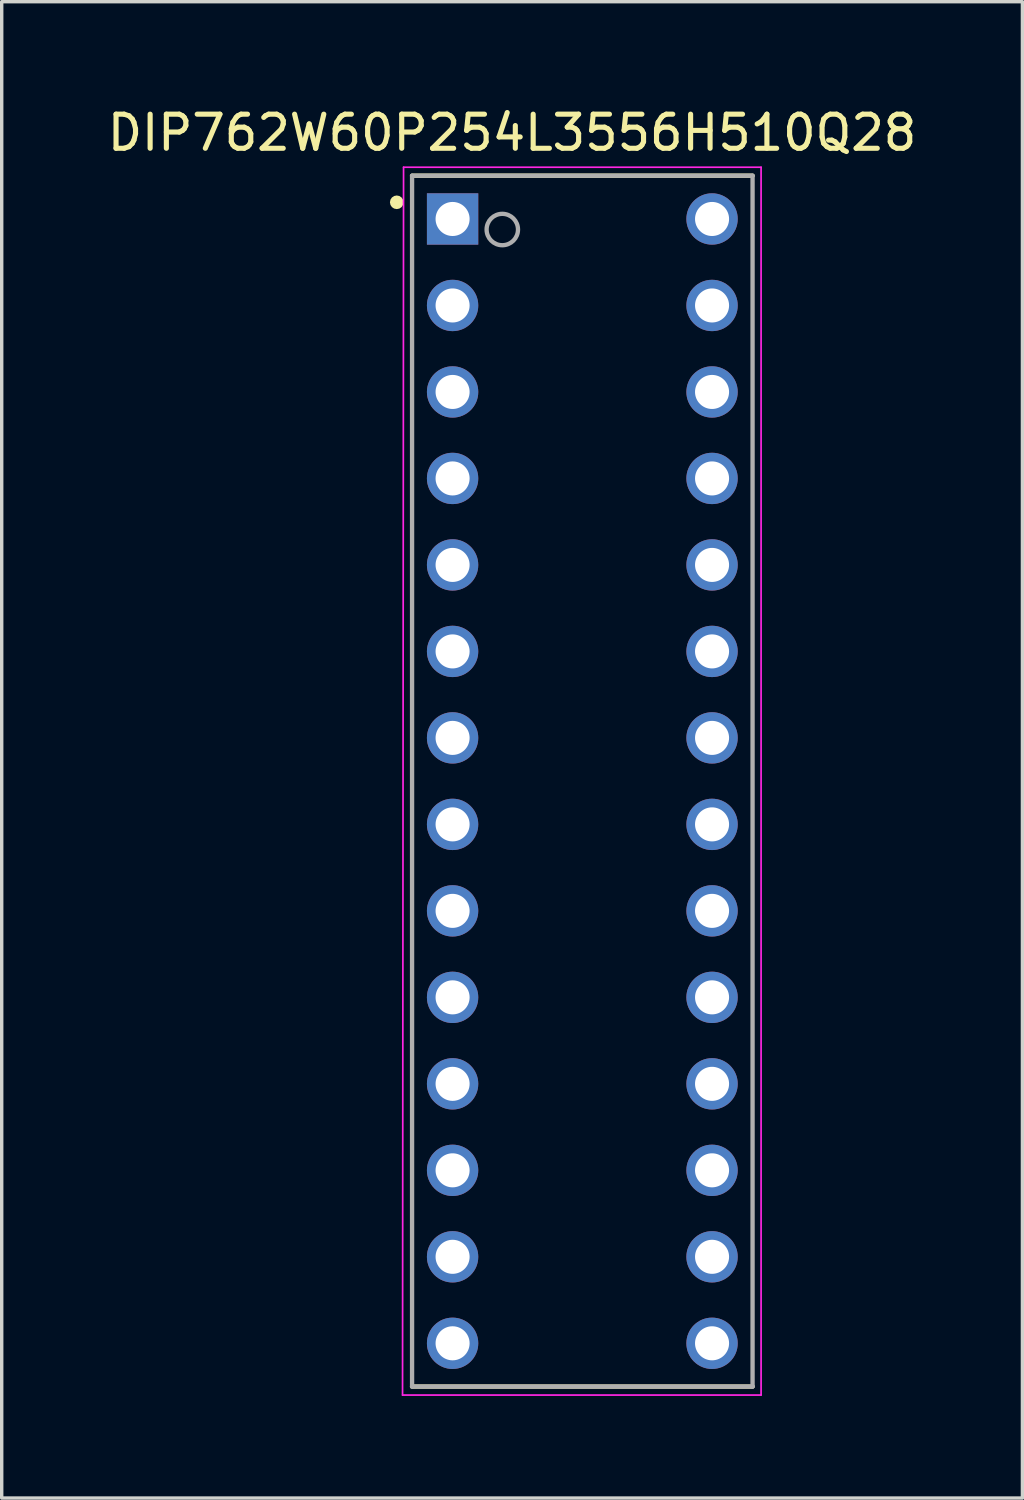
<source format=kicad_pcb>
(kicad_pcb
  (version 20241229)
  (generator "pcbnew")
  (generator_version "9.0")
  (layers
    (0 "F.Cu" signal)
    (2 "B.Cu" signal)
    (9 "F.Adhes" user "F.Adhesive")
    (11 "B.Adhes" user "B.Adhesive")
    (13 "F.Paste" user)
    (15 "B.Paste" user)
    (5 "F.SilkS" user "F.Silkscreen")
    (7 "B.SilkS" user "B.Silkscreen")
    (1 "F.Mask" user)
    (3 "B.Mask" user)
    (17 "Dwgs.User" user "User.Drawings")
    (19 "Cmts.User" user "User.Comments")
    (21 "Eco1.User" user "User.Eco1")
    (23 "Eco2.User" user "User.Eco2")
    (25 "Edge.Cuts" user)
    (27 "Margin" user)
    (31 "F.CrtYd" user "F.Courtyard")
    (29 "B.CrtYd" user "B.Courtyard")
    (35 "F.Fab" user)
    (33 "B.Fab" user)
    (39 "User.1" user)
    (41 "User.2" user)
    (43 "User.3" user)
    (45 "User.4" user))
  (footprint "DIP762W60P254L3556H510Q28"
    (layer "F.Cu")
    (at 14.052 19.891)
    (property "Reference" "DIP762W60P254L3556H510Q28" (at -2.063 -19.042 0) (layer "F.SilkS") (effects (font (size 1.001 1.001) (thickness 0.15))))
    (attr through_hole)
    (fp_line (start -5 -17.78) (end 5 -17.78) (stroke (width 0.127) (type solid)) (layer "F.SilkS"))
    (fp_line (start -5 17.78) (end 5 17.78) (stroke (width 0.127) (type solid)) (layer "F.SilkS"))
    (fp_circle (center -5.45 -17) (end -5.35 -17) (stroke (width 0.2) (type solid)) (fill no) (layer "F.SilkS"))
    (fp_line (start -5.28 18.03) (end -5.25 -18.03) (stroke (width 0.05) (type solid)) (layer "F.CrtYd"))
    (fp_line (start -5.25 -18.03) (end 5.25 -18.03) (stroke (width 0.05) (type solid)) (layer "F.CrtYd"))
    (fp_line (start 5.25 -18.03) (end 5.25 18.03) (stroke (width 0.05) (type solid)) (layer "F.CrtYd"))
    (fp_line (start 5.25 18.03) (end -5.28 18.03) (stroke (width 0.05) (type solid)) (layer "F.CrtYd"))
    (fp_line (start -5 -17.78) (end -5 17.78) (stroke (width 0.127) (type solid)) (layer "F.Fab"))
    (fp_line (start -5 -17.78) (end 5 -17.78) (stroke (width 0.127) (type solid)) (layer "F.Fab"))
    (fp_line (start -5 17.78) (end 5 17.78) (stroke (width 0.127) (type solid)) (layer "F.Fab"))
    (fp_line (start 5 17.78) (end 5 -17.78) (stroke (width 0.127) (type solid)) (layer "F.Fab"))
    (fp_circle (center -2.35 -16.2) (end -1.889 -16.2) (stroke (width 0.127) (type solid)) (fill no) (layer "F.Fab"))
    (pad "1" thru_hole rect (at -3.81 -16.51) (size 1.508 1.508) (drill 1) (layers "*.Cu" "*.Mask"))
    (pad "2" thru_hole circle (at -3.81 -13.97) (size 1.508 1.508) (drill 1) (layers "*.Cu" "*.Mask"))
    (pad "3" thru_hole circle (at -3.81 -11.43) (size 1.508 1.508) (drill 1) (layers "*.Cu" "*.Mask"))
    (pad "4" thru_hole circle (at -3.81 -8.89) (size 1.508 1.508) (drill 1) (layers "*.Cu" "*.Mask"))
    (pad "5" thru_hole circle (at -3.81 -6.35) (size 1.508 1.508) (drill 1) (layers "*.Cu" "*.Mask"))
    (pad "6" thru_hole circle (at -3.81 -3.81) (size 1.508 1.508) (drill 1) (layers "*.Cu" "*.Mask"))
    (pad "7" thru_hole circle (at -3.81 -1.27) (size 1.508 1.508) (drill 1) (layers "*.Cu" "*.Mask"))
    (pad "8" thru_hole circle (at -3.81 1.27) (size 1.508 1.508) (drill 1) (layers "*.Cu" "*.Mask"))
    (pad "9" thru_hole circle (at -3.81 3.81) (size 1.508 1.508) (drill 1) (layers "*.Cu" "*.Mask"))
    (pad "10" thru_hole circle (at -3.81 6.35) (size 1.508 1.508) (drill 1) (layers "*.Cu" "*.Mask"))
    (pad "11" thru_hole circle (at -3.81 8.89) (size 1.508 1.508) (drill 1) (layers "*.Cu" "*.Mask"))
    (pad "12" thru_hole circle (at -3.81 11.43) (size 1.508 1.508) (drill 1) (layers "*.Cu" "*.Mask"))
    (pad "13" thru_hole circle (at -3.81 13.97) (size 1.508 1.508) (drill 1) (layers "*.Cu" "*.Mask"))
    (pad "14" thru_hole circle (at -3.81 16.51) (size 1.508 1.508) (drill 1) (layers "*.Cu" "*.Mask"))
    (pad "15" thru_hole circle (at 3.81 16.51) (size 1.508 1.508) (drill 1) (layers "*.Cu" "*.Mask"))
    (pad "16" thru_hole circle (at 3.81 13.97) (size 1.508 1.508) (drill 1) (layers "*.Cu" "*.Mask"))
    (pad "17" thru_hole circle (at 3.81 11.43) (size 1.508 1.508) (drill 1) (layers "*.Cu" "*.Mask"))
    (pad "18" thru_hole circle (at 3.81 8.89) (size 1.508 1.508) (drill 1) (layers "*.Cu" "*.Mask"))
    (pad "19" thru_hole circle (at 3.81 6.35) (size 1.508 1.508) (drill 1) (layers "*.Cu" "*.Mask"))
    (pad "20" thru_hole circle (at 3.81 3.81) (size 1.508 1.508) (drill 1) (layers "*.Cu" "*.Mask"))
    (pad "21" thru_hole circle (at 3.81 1.27) (size 1.508 1.508) (drill 1) (layers "*.Cu" "*.Mask"))
    (pad "22" thru_hole circle (at 3.81 -1.27) (size 1.508 1.508) (drill 1) (layers "*.Cu" "*.Mask"))
    (pad "23" thru_hole circle (at 3.81 -3.81) (size 1.508 1.508) (drill 1) (layers "*.Cu" "*.Mask"))
    (pad "24" thru_hole circle (at 3.81 -6.35) (size 1.508 1.508) (drill 1) (layers "*.Cu" "*.Mask"))
    (pad "25" thru_hole circle (at 3.81 -8.89) (size 1.508 1.508) (drill 1) (layers "*.Cu" "*.Mask"))
    (pad "26" thru_hole circle (at 3.81 -11.43) (size 1.508 1.508) (drill 1) (layers "*.Cu" "*.Mask"))
    (pad "27" thru_hole circle (at 3.81 -13.97) (size 1.508 1.508) (drill 1) (layers "*.Cu" "*.Mask"))
    (pad "28" thru_hole circle (at 3.81 -16.51) (size 1.508 1.508) (drill 1) (layers "*.Cu" "*.Mask")))
  (gr_rect
    (start -3 -3)
    (end 26.977 40.946)
    (stroke (width 0.1) (type default))
    (fill no)
    (layer "Edge.Cuts")))
</source>
